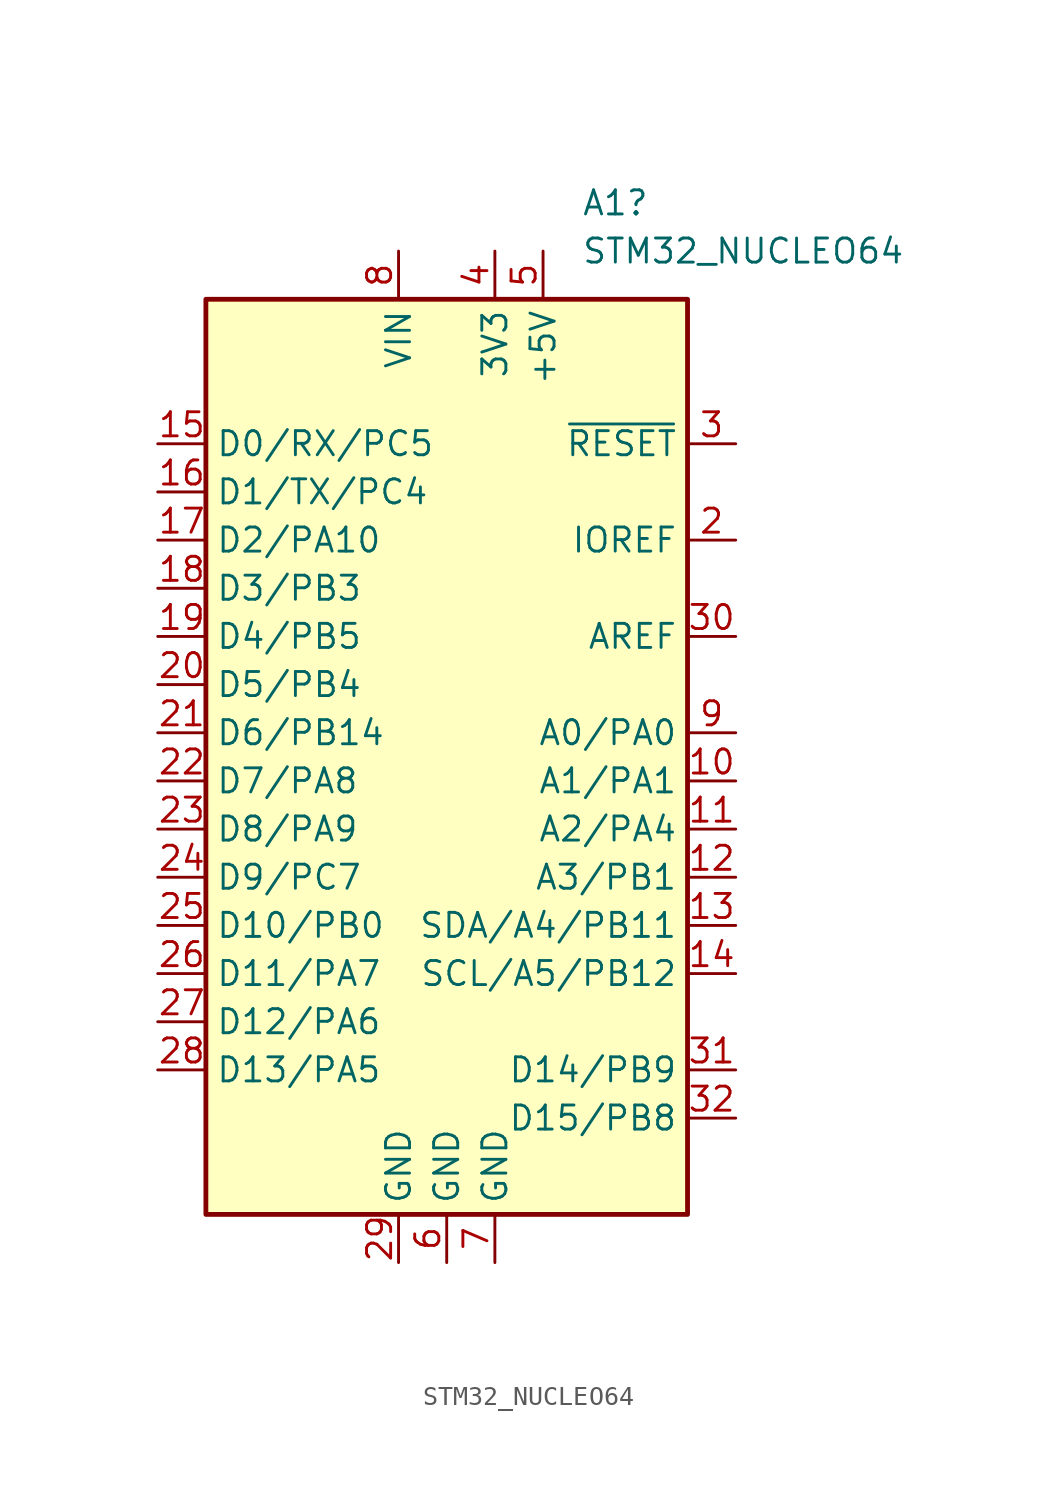
<source format=kicad_sym>
(kicad_symbol_lib
  (version 20231120)
  (generator "kicad_symbol_editor")
  (generator_version "8.0")
  (symbol "STM32_NUCLEO64"
    (property "Reference" "A1"
      (at 7.099 27.94 0)
      (effects (font (size 1.27 1.27)) (justify left)))
    (property "Value" "STM32_NUCLEO64"
      (at 7.099 25.4 0)
      (effects (font (size 1.27 1.27)) (justify left)))
    (symbol "STM32_NUCLEO64_0_1"
      (rectangle (start -12.7 22.86) (end 12.7 -25.4) (stroke (width 0.254) (type default)) (fill (type background))))
    (symbol "STM32_NUCLEO64_1_1"
      (pin no_connect line (at -12.7 -20.32 0) (length 2.54) hide (name "NC" (effects (font (size 1.27 1.27)))) (number "1" (effects (font (size 1.27 1.27)))))
      (pin bidirectional line (at 15.24 -2.54 180) (length 2.54) (name "A1/PA1" (effects (font (size 1.27 1.27)))) (number "10" (effects (font (size 1.27 1.27)))))
      (pin bidirectional line (at 15.24 -5.08 180) (length 2.54) (name "A2/PA4" (effects (font (size 1.27 1.27)))) (number "11" (effects (font (size 1.27 1.27)))))
      (pin bidirectional line (at 15.24 -7.62 180) (length 2.54) (name "A3/PB1" (effects (font (size 1.27 1.27)))) (number "12" (effects (font (size 1.27 1.27)))))
      (pin bidirectional line (at 15.24 -10.16 180) (length 2.54) (name "SDA/A4/PB11" (effects (font (size 1.27 1.27)))) (number "13" (effects (font (size 1.27 1.27)))))
      (pin bidirectional line (at 15.24 -12.7 180) (length 2.54) (name "SCL/A5/PB12" (effects (font (size 1.27 1.27)))) (number "14" (effects (font (size 1.27 1.27)))))
      (pin bidirectional line (at -15.24 15.24 0) (length 2.54) (name "D0/RX/PC5" (effects (font (size 1.27 1.27)))) (number "15" (effects (font (size 1.27 1.27)))))
      (pin bidirectional line (at -15.24 12.7 0) (length 2.54) (name "D1/TX/PC4" (effects (font (size 1.27 1.27)))) (number "16" (effects (font (size 1.27 1.27)))))
      (pin bidirectional line (at -15.24 10.16 0) (length 2.54) (name "D2/PA10" (effects (font (size 1.27 1.27)))) (number "17" (effects (font (size 1.27 1.27)))))
      (pin bidirectional line (at -15.24 7.62 0) (length 2.54) (name "D3/PB3" (effects (font (size 1.27 1.27)))) (number "18" (effects (font (size 1.27 1.27)))))
      (pin bidirectional line (at -15.24 5.08 0) (length 2.54) (name "D4/PB5" (effects (font (size 1.27 1.27)))) (number "19" (effects (font (size 1.27 1.27)))))
      (pin output line (at 15.24 10.16 180) (length 2.54) (name "IOREF" (effects (font (size 1.27 1.27)))) (number "2" (effects (font (size 1.27 1.27)))))
      (pin bidirectional line (at -15.24 2.54 0) (length 2.54) (name "D5/PB4" (effects (font (size 1.27 1.27)))) (number "20" (effects (font (size 1.27 1.27)))))
      (pin bidirectional line (at -15.24 0 0) (length 2.54) (name "D6/PB14" (effects (font (size 1.27 1.27)))) (number "21" (effects (font (size 1.27 1.27)))))
      (pin bidirectional line (at -15.24 -2.54 0) (length 2.54) (name "D7/PA8" (effects (font (size 1.27 1.27)))) (number "22" (effects (font (size 1.27 1.27)))))
      (pin bidirectional line (at -15.24 -5.08 0) (length 2.54) (name "D8/PA9" (effects (font (size 1.27 1.27)))) (number "23" (effects (font (size 1.27 1.27)))))
      (pin bidirectional line (at -15.24 -7.62 0) (length 2.54) (name "D9/PC7" (effects (font (size 1.27 1.27)))) (number "24" (effects (font (size 1.27 1.27)))))
      (pin bidirectional line (at -15.24 -10.16 0) (length 2.54) (name "D10/PB0" (effects (font (size 1.27 1.27)))) (number "25" (effects (font (size 1.27 1.27)))))
      (pin bidirectional line (at -15.24 -12.7 0) (length 2.54) (name "D11/PA7" (effects (font (size 1.27 1.27)))) (number "26" (effects (font (size 1.27 1.27)))))
      (pin bidirectional line (at -15.24 -15.24 0) (length 2.54) (name "D12/PA6" (effects (font (size 1.27 1.27)))) (number "27" (effects (font (size 1.27 1.27)))))
      (pin bidirectional line (at -15.24 -17.78 0) (length 2.54) (name "D13/PA5" (effects (font (size 1.27 1.27)))) (number "28" (effects (font (size 1.27 1.27)))))
      (pin power_in line (at -2.54 -27.94 90) (length 2.54) (name "GND" (effects (font (size 1.27 1.27)))) (number "29" (effects (font (size 1.27 1.27)))))
      (pin input line (at 15.24 15.24 180) (length 2.54) (name "~{RESET}" (effects (font (size 1.27 1.27)))) (number "3" (effects (font (size 1.27 1.27)))))
      (pin input line (at 15.24 5.08 180) (length 2.54) (name "AREF" (effects (font (size 1.27 1.27)))) (number "30" (effects (font (size 1.27 1.27)))))
      (pin bidirectional line (at 15.24 -17.78 180) (length 2.54) (name "D14/PB9" (effects (font (size 1.27 1.27)))) (number "31" (effects (font (size 1.27 1.27)))))
      (pin bidirectional line (at 15.24 -20.32 180) (length 2.54) (name "D15/PB8" (effects (font (size 1.27 1.27)))) (number "32" (effects (font (size 1.27 1.27)))))
      (pin power_out line (at 2.54 25.4 270) (length 2.54) (name "3V3" (effects (font (size 1.27 1.27)))) (number "4" (effects (font (size 1.27 1.27)))))
      (pin power_out line (at 5.08 25.4 270) (length 2.54) (name "+5V" (effects (font (size 1.27 1.27)))) (number "5" (effects (font (size 1.27 1.27)))))
      (pin power_in line (at 0 -27.94 90) (length 2.54) (name "GND" (effects (font (size 1.27 1.27)))) (number "6" (effects (font (size 1.27 1.27)))))
      (pin power_in line (at 2.54 -27.94 90) (length 2.54) (name "GND" (effects (font (size 1.27 1.27)))) (number "7" (effects (font (size 1.27 1.27)))))
      (pin power_in line (at -2.54 25.4 270) (length 2.54) (name "VIN" (effects (font (size 1.27 1.27)))) (number "8" (effects (font (size 1.27 1.27)))))
      (pin bidirectional line (at 15.24 0 180) (length 2.54) (name "A0/PA0" (effects (font (size 1.27 1.27)))) (number "9" (effects (font (size 1.27 1.27))))))))
</source>
